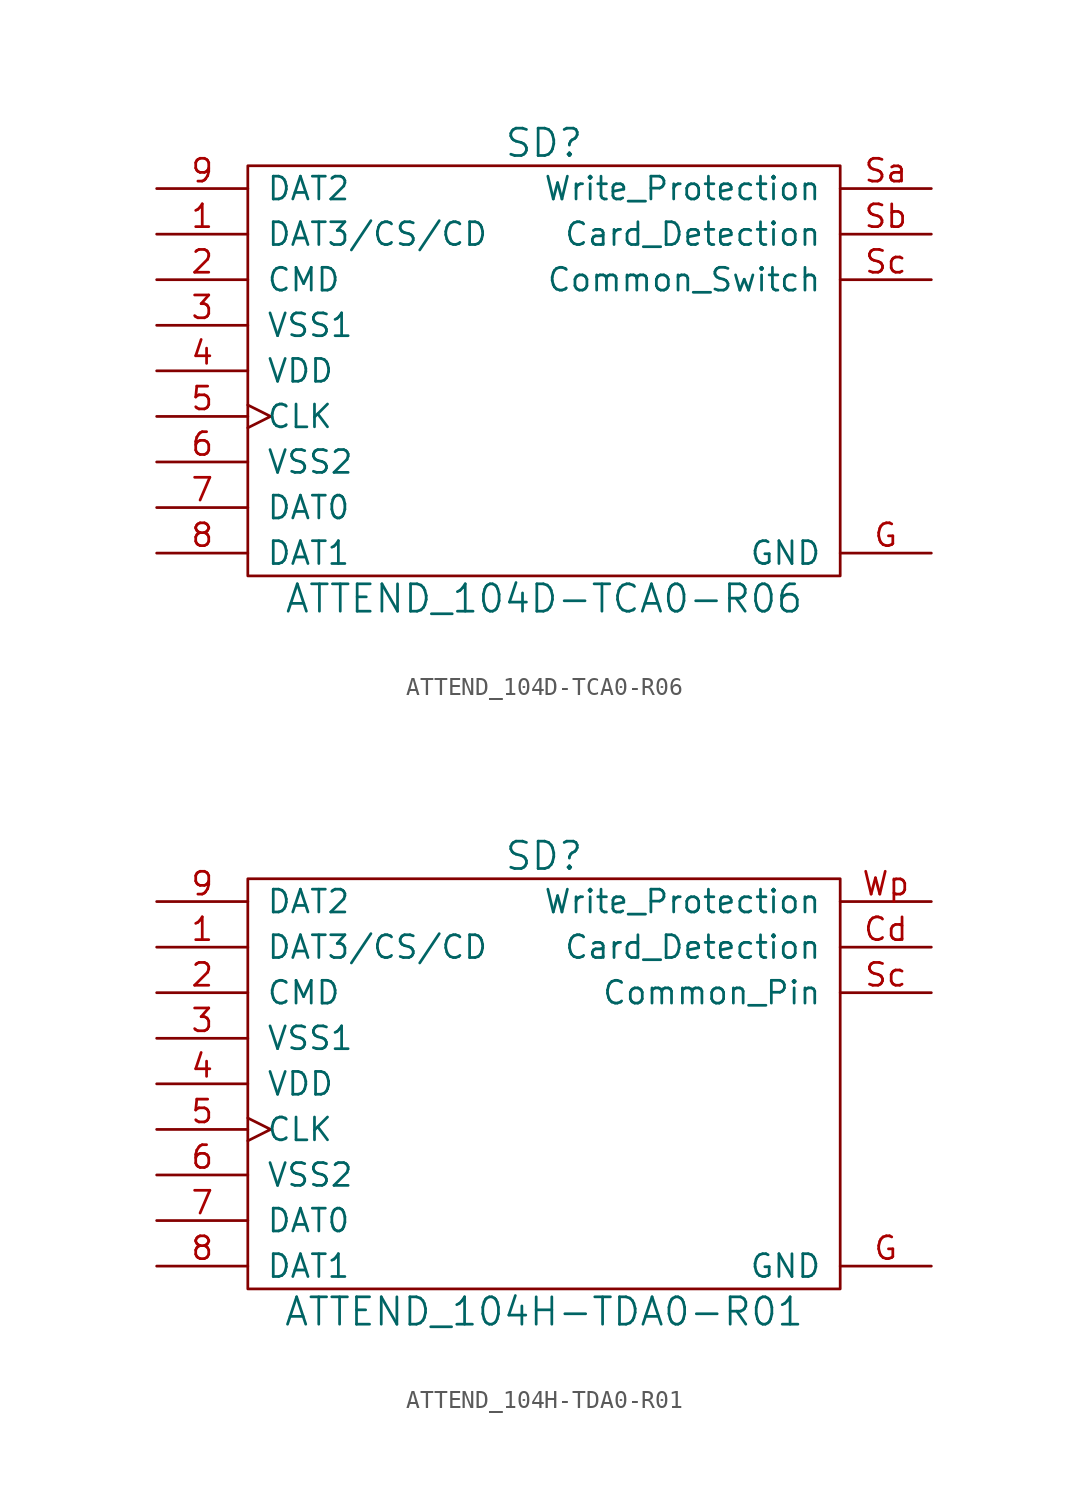
<source format=kicad_sym>
(kicad_symbol_lib
  (version 20211014)
  (generator kicad_symbol_editor)
  (symbol "ATTEND_104D-TCA0-R06"
    (pin_names
      (offset 1.016))
    (property "Reference" "SD"
      (at 0 12.7 0)
      (effects (font (size 1.524 1.524))))
    (property "Value" "ATTEND_104D-TCA0-R06"
      (at 0 -12.7 0)
      (effects (font (size 1.524 1.524))))
    (symbol "ATTEND_104D-TCA0-R06_0_1"
      (rectangle (start -16.51 11.43) (end 16.51 -11.43) (stroke (width 0) (type default) (color 0 0 0 0)) (fill (type none))))
    (symbol "ATTEND_104D-TCA0-R06_1_1"
      (pin input line (at -21.59 7.62 0) (length 5.08) (name "DAT3/CS/CD" (effects (font (size 1.27 1.27)))) (number "1" (effects (font (size 1.27 1.27)))))
      (pin input line (at -21.59 5.08 0) (length 5.08) (name "CMD" (effects (font (size 1.27 1.27)))) (number "2" (effects (font (size 1.27 1.27)))))
      (pin power_in line (at -21.59 2.54 0) (length 5.08) (name "VSS1" (effects (font (size 1.27 1.27)))) (number "3" (effects (font (size 1.27 1.27)))))
      (pin input line (at -21.59 0 0) (length 5.08) (name "VDD" (effects (font (size 1.27 1.27)))) (number "4" (effects (font (size 1.27 1.27)))))
      (pin input clock (at -21.59 -2.54 0) (length 5.08) (name "CLK" (effects (font (size 1.27 1.27)))) (number "5" (effects (font (size 1.27 1.27)))))
      (pin power_in line (at -21.59 -5.08 0) (length 5.08) (name "VSS2" (effects (font (size 1.27 1.27)))) (number "6" (effects (font (size 1.27 1.27)))))
      (pin input line (at -21.59 -7.62 0) (length 5.08) (name "DAT0" (effects (font (size 1.27 1.27)))) (number "7" (effects (font (size 1.27 1.27)))))
      (pin input line (at -21.59 -10.16 0) (length 5.08) (name "DAT1" (effects (font (size 1.27 1.27)))) (number "8" (effects (font (size 1.27 1.27)))))
      (pin input line (at -21.59 10.16 0) (length 5.08) (name "DAT2" (effects (font (size 1.27 1.27)))) (number "9" (effects (font (size 1.27 1.27)))))
      (pin power_in line (at 21.59 -10.16 180) (length 5.08) (name "GND" (effects (font (size 1.27 1.27)))) (number "G" (effects (font (size 1.27 1.27)))))
      (pin output line (at 21.59 10.16 180) (length 5.08) (name "Write_Protection" (effects (font (size 1.27 1.27)))) (number "Sa" (effects (font (size 1.27 1.27)))))
      (pin output line (at 21.59 7.62 180) (length 5.08) (name "Card_Detection" (effects (font (size 1.27 1.27)))) (number "Sb" (effects (font (size 1.27 1.27)))))
      (pin power_in line (at 21.59 5.08 180) (length 5.08) (name "Common_Switch" (effects (font (size 1.27 1.27)))) (number "Sc" (effects (font (size 1.27 1.27)))))))
  (symbol "ATTEND_104H-TDA0-R01"
    (pin_names
      (offset 1.016))
    (property "Reference" "SD"
      (at 0 12.7 0)
      (effects (font (size 1.524 1.524))))
    (property "Value" "ATTEND_104H-TDA0-R01"
      (at 0 -12.7 0)
      (effects (font (size 1.524 1.524))))
    (symbol "ATTEND_104H-TDA0-R01_0_1"
      (rectangle (start -16.51 11.43) (end 16.51 -11.43) (stroke (width 0) (type default) (color 0 0 0 0)) (fill (type none))))
    (symbol "ATTEND_104H-TDA0-R01_1_1"
      (pin input line (at -21.59 7.62 0) (length 5.08) (name "DAT3/CS/CD" (effects (font (size 1.27 1.27)))) (number "1" (effects (font (size 1.27 1.27)))))
      (pin input line (at -21.59 5.08 0) (length 5.08) (name "CMD" (effects (font (size 1.27 1.27)))) (number "2" (effects (font (size 1.27 1.27)))))
      (pin power_in line (at -21.59 2.54 0) (length 5.08) (name "VSS1" (effects (font (size 1.27 1.27)))) (number "3" (effects (font (size 1.27 1.27)))))
      (pin input line (at -21.59 0 0) (length 5.08) (name "VDD" (effects (font (size 1.27 1.27)))) (number "4" (effects (font (size 1.27 1.27)))))
      (pin input clock (at -21.59 -2.54 0) (length 5.08) (name "CLK" (effects (font (size 1.27 1.27)))) (number "5" (effects (font (size 1.27 1.27)))))
      (pin power_in line (at -21.59 -5.08 0) (length 5.08) (name "VSS2" (effects (font (size 1.27 1.27)))) (number "6" (effects (font (size 1.27 1.27)))))
      (pin input line (at -21.59 -7.62 0) (length 5.08) (name "DAT0" (effects (font (size 1.27 1.27)))) (number "7" (effects (font (size 1.27 1.27)))))
      (pin input line (at -21.59 -10.16 0) (length 5.08) (name "DAT1" (effects (font (size 1.27 1.27)))) (number "8" (effects (font (size 1.27 1.27)))))
      (pin input line (at -21.59 10.16 0) (length 5.08) (name "DAT2" (effects (font (size 1.27 1.27)))) (number "9" (effects (font (size 1.27 1.27)))))
      (pin output line (at 21.59 7.62 180) (length 5.08) (name "Card_Detection" (effects (font (size 1.27 1.27)))) (number "Cd" (effects (font (size 1.27 1.27)))))
      (pin power_in line (at 21.59 -10.16 180) (length 5.08) (name "GND" (effects (font (size 1.27 1.27)))) (number "G" (effects (font (size 1.27 1.27)))))
      (pin power_in line (at 21.59 5.08 180) (length 5.08) (name "Common_Pin" (effects (font (size 1.27 1.27)))) (number "Sc" (effects (font (size 1.27 1.27)))))
      (pin output line (at 21.59 10.16 180) (length 5.08) (name "Write_Protection" (effects (font (size 1.27 1.27)))) (number "Wp" (effects (font (size 1.27 1.27))))))))
</source>
